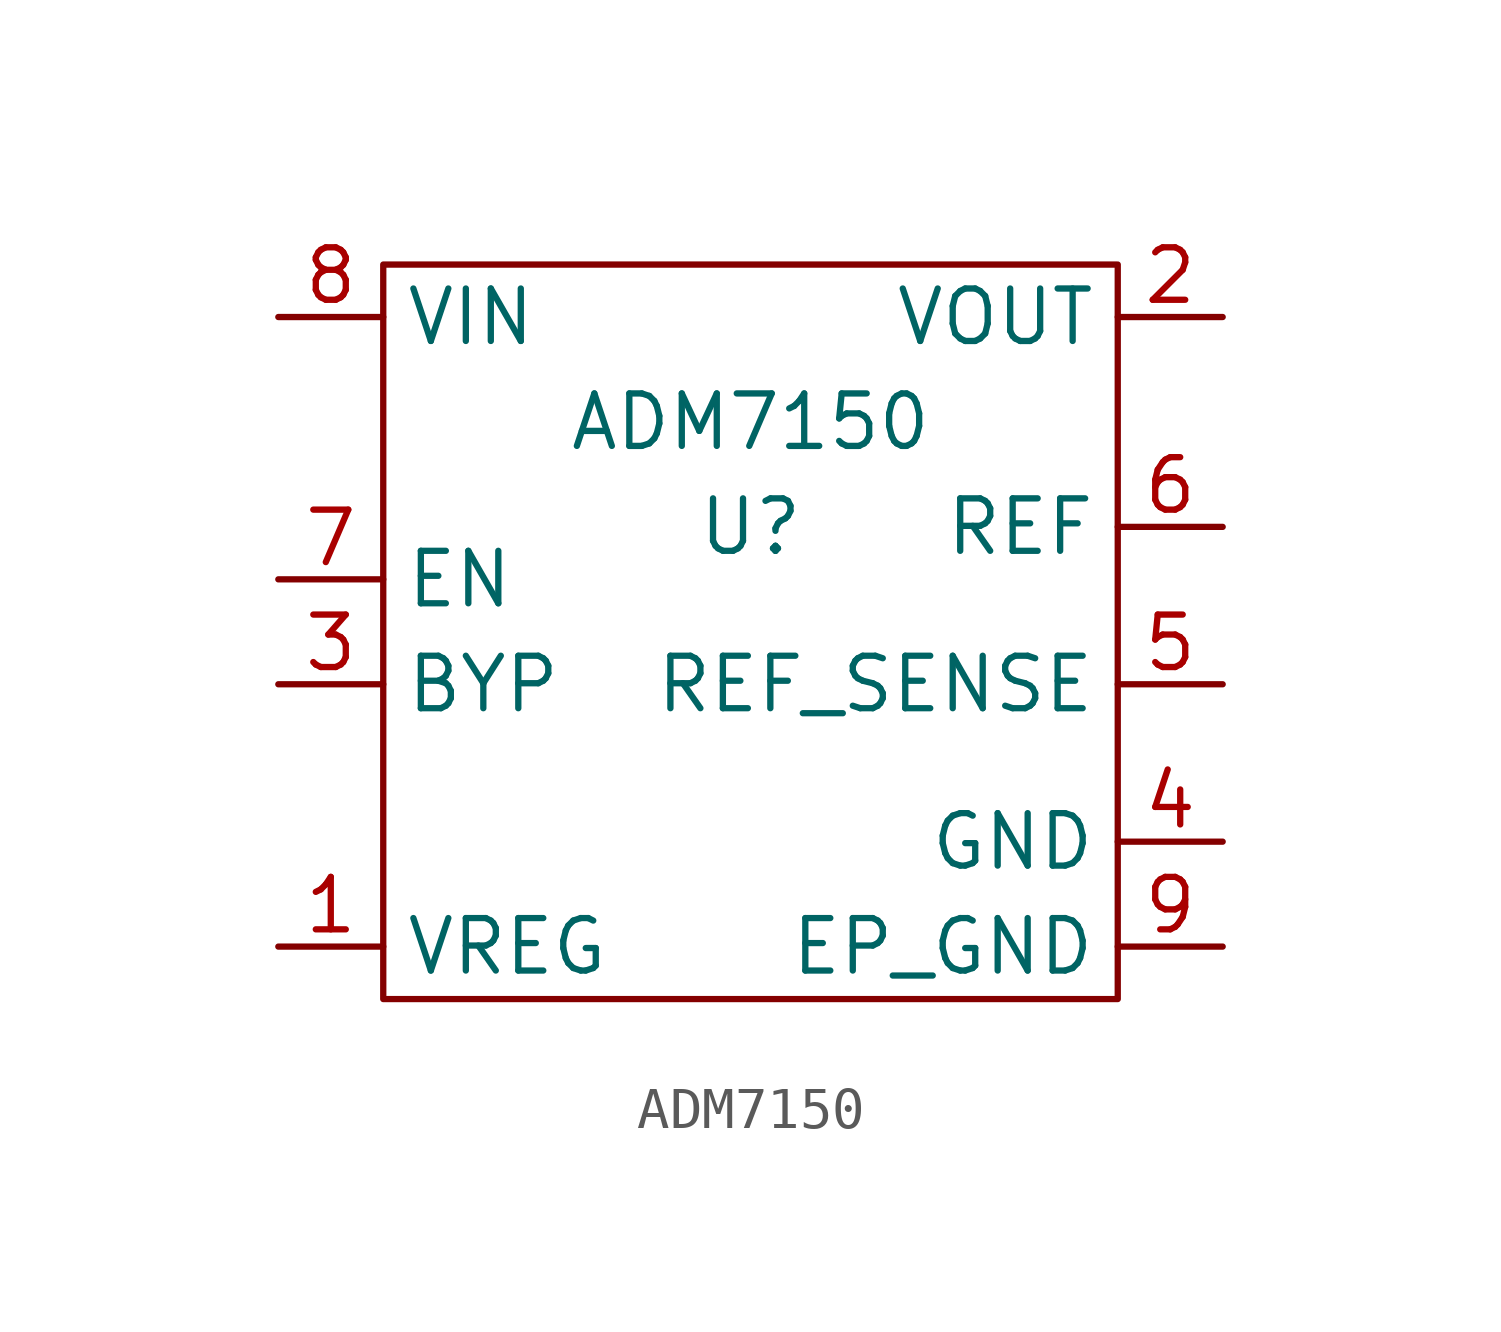
<source format=kicad_sym>
(kicad_symbol_lib
  (version 20211014)
  (generator kicad_symbol_editor)
  (symbol "ADM7150"
    (property "Reference" "U"
      (at 0 0 0)
      (effects (font (size 1.27 1.27))))
    (property "Value" "ADM7150"
      (at 0 2.54 0)
      (effects (font (size 1.27 1.27))))
    (symbol "ADM7150_0_1"
      (polyline (pts (xy -8.89 6.35) (xy -8.89 -11.43) (xy 8.89 -11.43) (xy 8.89 6.35) (xy -8.89 6.35)) (stroke (width 0) (type default) (color 0 0 0 0)) (fill (type none))))
    (symbol "ADM7150_1_1"
      (pin bidirectional line (at -11.43 -10.16 0) (length 2.54) (name "VREG" (effects (font (size 1.27 1.27)))) (number "1" (effects (font (size 1.27 1.27)))))
      (pin power_out line (at 11.43 5.08 180) (length 2.54) (name "VOUT" (effects (font (size 1.27 1.27)))) (number "2" (effects (font (size 1.27 1.27)))))
      (pin bidirectional line (at -11.43 -3.81 0) (length 2.54) (name "BYP" (effects (font (size 1.27 1.27)))) (number "3" (effects (font (size 1.27 1.27)))))
      (pin power_out line (at 11.43 -7.62 180) (length 2.54) (name "GND" (effects (font (size 1.27 1.27)))) (number "4" (effects (font (size 1.27 1.27)))))
      (pin input line (at 11.43 -3.81 180) (length 2.54) (name "REF_SENSE" (effects (font (size 1.27 1.27)))) (number "5" (effects (font (size 1.27 1.27)))))
      (pin output line (at 11.43 0 180) (length 2.54) (name "REF" (effects (font (size 1.27 1.27)))) (number "6" (effects (font (size 1.27 1.27)))))
      (pin input line (at -11.43 -1.27 0) (length 2.54) (name "EN" (effects (font (size 1.27 1.27)))) (number "7" (effects (font (size 1.27 1.27)))))
      (pin power_in line (at -11.43 5.08 0) (length 2.54) (name "VIN" (effects (font (size 1.27 1.27)))) (number "8" (effects (font (size 1.27 1.27)))))
      (pin power_out line (at 11.43 -10.16 180) (length 2.54) (name "EP_GND" (effects (font (size 1.27 1.27)))) (number "9" (effects (font (size 1.27 1.27))))))))
</source>
